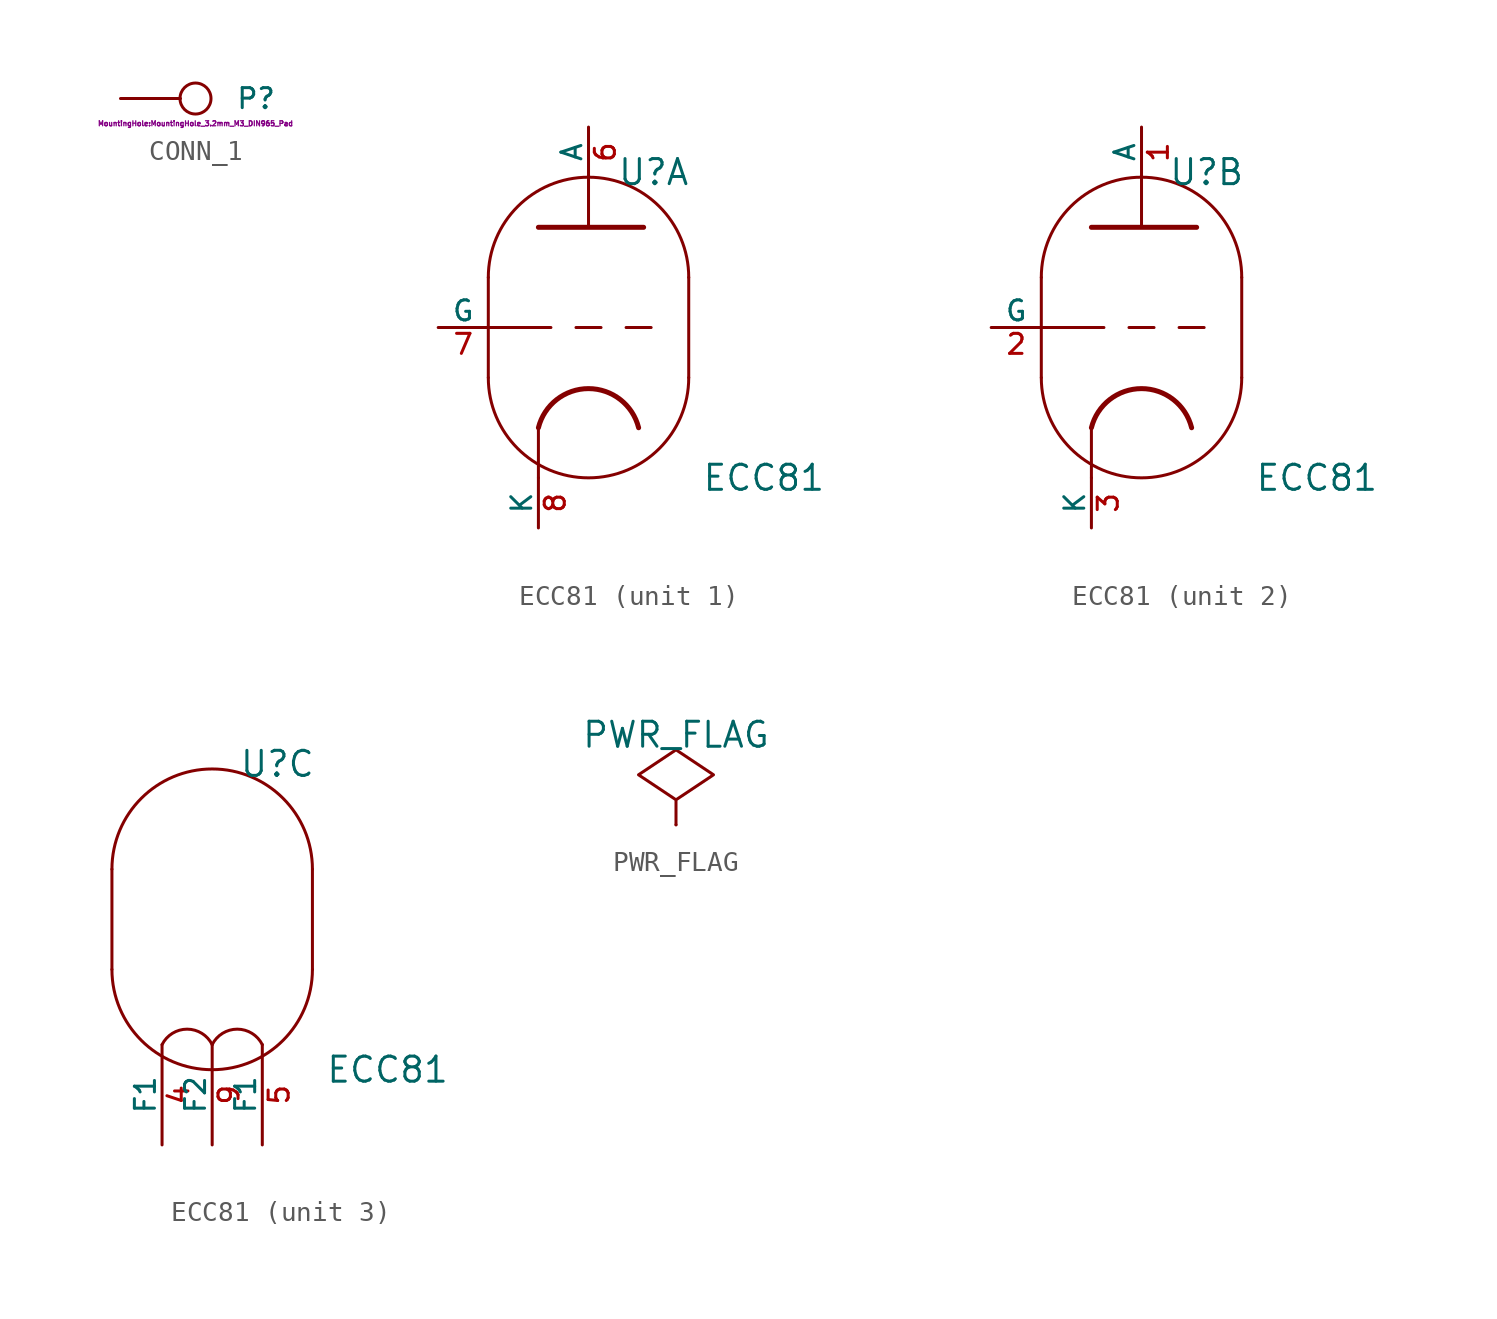
<source format=kicad_sym>
(kicad_symbol_lib
  (version 20201005)
  (generator kicad_symbol_editor)
  (symbol "ecc83_schlib:CONN_1"
    (pin_numbers hide)
    (pin_names
      (offset 0.762) hide)
    (property "Reference" "P"
      (at 2.032 0 0)
      (effects (font (size 1.016 1.016)) (justify left)))
    (property "Footprint" "MountingHole:MountingHole_3.2mm_M3_DIN965_Pad"
      (at 0 -1.27 0)
      (effects (font (size 0.254 0.254))))
    (property "Datasheet" ""
      (at 0 0 0)
      (effects (font (size 1.524 1.524))))
    (symbol "CONN_1_0_1"
      (circle (center 0 0) (radius 0.787) (stroke (width 0)) (fill (type none)))
      (polyline (pts (xy -0.762 0) (xy -1.27 0)) (stroke (width 0)) (fill (type none))))
    (symbol "CONN_1_1_1"
      (pin passive line (at -3.81 0 0) (length 2.54) (name "1" (effects (font (size 1.524 1.524)))) (number "1" (effects (font (size 1.524 1.524)))))))
  (symbol "ecc83_schlib:ECC81"
    (pin_names
      (offset 0))
    (property "Reference" "U"
      (at 3.302 7.874 0)
      (effects (font (size 1.27 1.27))))
    (property "Value" "ECC81"
      (at 8.89 -7.62 0)
      (effects (font (size 1.27 1.27))))
    (property "Datasheet" ""
      (at 0 0 0)
      (effects (font (size 1.524 1.524))))
    (property "ki_locked" ""
      (at 0 0 0)
      (effects (font (size 1.27 1.27))))
    (symbol "ECC81_0_1"
      (arc (start -5.08 -2.54) (end 5.08 -2.54) (radius (at 0 -2.54) (length 5.08) (angles -179.9 -0.1)) (stroke (width 0)) (fill (type none)))
      (arc (start 5.08 2.54) (end -5.08 2.54) (radius (at 0 2.54) (length 5.08) (angles 0.1 179.9)) (stroke (width 0)) (fill (type none)))
      (polyline (pts (xy 5.08 2.54) (xy 5.08 -2.54)) (stroke (width 0)) (fill (type none)))
      (polyline (pts (xy -5.08 2.54) (xy -5.08 -2.54) (xy -5.08 -2.54)) (stroke (width 0)) (fill (type none))))
    (symbol "ECC81_1_1"
      (arc (start 2.54 -5.08) (end -2.54 -5.08) (radius (at 0 -5.715) (length 2.6162) (angles 14.2 165.9)) (stroke (width 0.254)) (fill (type none)))
      (polyline (pts (xy -5.08 0) (xy -3.175 0)) (stroke (width 0)) (fill (type none)))
      (polyline (pts (xy -1.905 0) (xy -3.175 0)) (stroke (width 0.152)) (fill (type none)))
      (polyline (pts (xy -0.635 0) (xy 0.635 0)) (stroke (width 0.152)) (fill (type none)))
      (polyline (pts (xy 1.905 0) (xy 3.175 0)) (stroke (width 0.152)) (fill (type none)))
      (polyline (pts (xy -2.54 5.08) (xy 2.794 5.08) (xy 2.794 5.08)) (stroke (width 0.254)) (fill (type none)))
      (pin passive line (at 0 10.16 270) (length 2.54) (name "A" (effects (font (size 1.016 1.016)))) (number "6" (effects (font (size 1.016 1.016)))))
      (pin input line (at -7.62 0 0) (length 2.54) (name "G" (effects (font (size 1.016 1.016)))) (number "7" (effects (font (size 1.016 1.016)))))
      (pin passive line (at -2.54 -10.16 90) (length 2.54) (name "K" (effects (font (size 1.016 1.016)))) (number "8" (effects (font (size 1.016 1.016))))))
    (symbol "ECC81_2_1"
      (arc (start 2.54 -5.08) (end -2.54 -5.08) (radius (at 0 -5.715) (length 2.6162) (angles 14.2 165.9)) (stroke (width 0.254)) (fill (type none)))
      (polyline (pts (xy -5.08 0) (xy -3.175 0)) (stroke (width 0)) (fill (type none)))
      (polyline (pts (xy -1.905 0) (xy -3.175 0)) (stroke (width 0.152)) (fill (type none)))
      (polyline (pts (xy -0.635 0) (xy 0.635 0)) (stroke (width 0.152)) (fill (type none)))
      (polyline (pts (xy 1.905 0) (xy 3.175 0)) (stroke (width 0.152)) (fill (type none)))
      (polyline (pts (xy -2.54 5.08) (xy 2.794 5.08) (xy 2.794 5.08)) (stroke (width 0.254)) (fill (type none)))
      (pin passive line (at 0 10.16 270) (length 2.54) (name "A" (effects (font (size 1.016 1.016)))) (number "1" (effects (font (size 1.016 1.016)))))
      (pin input line (at -7.62 0 0) (length 2.54) (name "G" (effects (font (size 1.016 1.016)))) (number "2" (effects (font (size 1.016 1.016)))))
      (pin passive line (at -2.54 -10.16 90) (length 2.54) (name "K" (effects (font (size 1.016 1.016)))) (number "3" (effects (font (size 1.016 1.016))))))
    (symbol "ECC81_3_1"
      (arc (start 0 -6.35) (end -2.54 -6.35) (radius (at -1.27 -6.985) (length 1.397) (angles 26.5 153.4)) (stroke (width 0)) (fill (type none)))
      (arc (start 2.54 -6.35) (end 0 -6.35) (radius (at 1.27 -6.985) (length 1.397) (angles 26.5 153.4)) (stroke (width 0)) (fill (type none)))
      (pin input line (at -2.54 -11.43 90) (length 5.08) (name "F1" (effects (font (size 1.016 1.016)))) (number "4" (effects (font (size 1.016 1.016)))))
      (pin input line (at 2.54 -11.43 90) (length 5.08) (name "F1" (effects (font (size 1.016 1.016)))) (number "5" (effects (font (size 1.016 1.016)))))
      (pin input line (at 0 -11.43 90) (length 5.08) (name "F2" (effects (font (size 1.016 1.016)))) (number "9" (effects (font (size 1.016 1.016))))))
    (symbol "ECC81_1_0"
      (polyline (pts (xy -2.54 -5.08) (xy -2.54 -7.62)) (stroke (width 0)) (fill (type none)))
      (polyline (pts (xy 0 5.08) (xy 0 7.62)) (stroke (width 0)) (fill (type none))))
    (symbol "ECC81_2_0"
      (polyline (pts (xy -2.54 -5.08) (xy -2.54 -7.62)) (stroke (width 0)) (fill (type none)))
      (polyline (pts (xy 0 5.08) (xy 0 7.62)) (stroke (width 0)) (fill (type none)))))
  (symbol "ecc83_schlib:PWR_FLAG"
    (power)
    (pin_numbers hide)
    (pin_names
      (offset 0) hide)
    (property "Reference" "#FLG"
      (at 0 2.413 0)
      (effects (font (size 1.27 1.27)) hide))
    (property "Value" "PWR_FLAG"
      (at 0 4.572 0)
      (effects (font (size 1.27 1.27))))
    (property "Footprint" ""
      (at 0 0 0)
      (effects (font (size 1.524 1.524))))
    (property "Datasheet" ""
      (at 0 0 0)
      (effects (font (size 1.524 1.524))))
    (symbol "PWR_FLAG_0_1"
      (polyline (pts (xy 0 0) (xy 0 1.27) (xy -1.905 2.54) (xy 0 3.81) (xy 1.905 2.54) (xy 0 1.27)) (stroke (width 0)) (fill (type none))))
    (symbol "PWR_FLAG_0_0"
      (pin power_out line (at 0 0 90) (length 0) (name "pwr" (effects (font (size 0.508 0.508)))) (number "1" (effects (font (size 0.508 0.508))))))))
</source>
